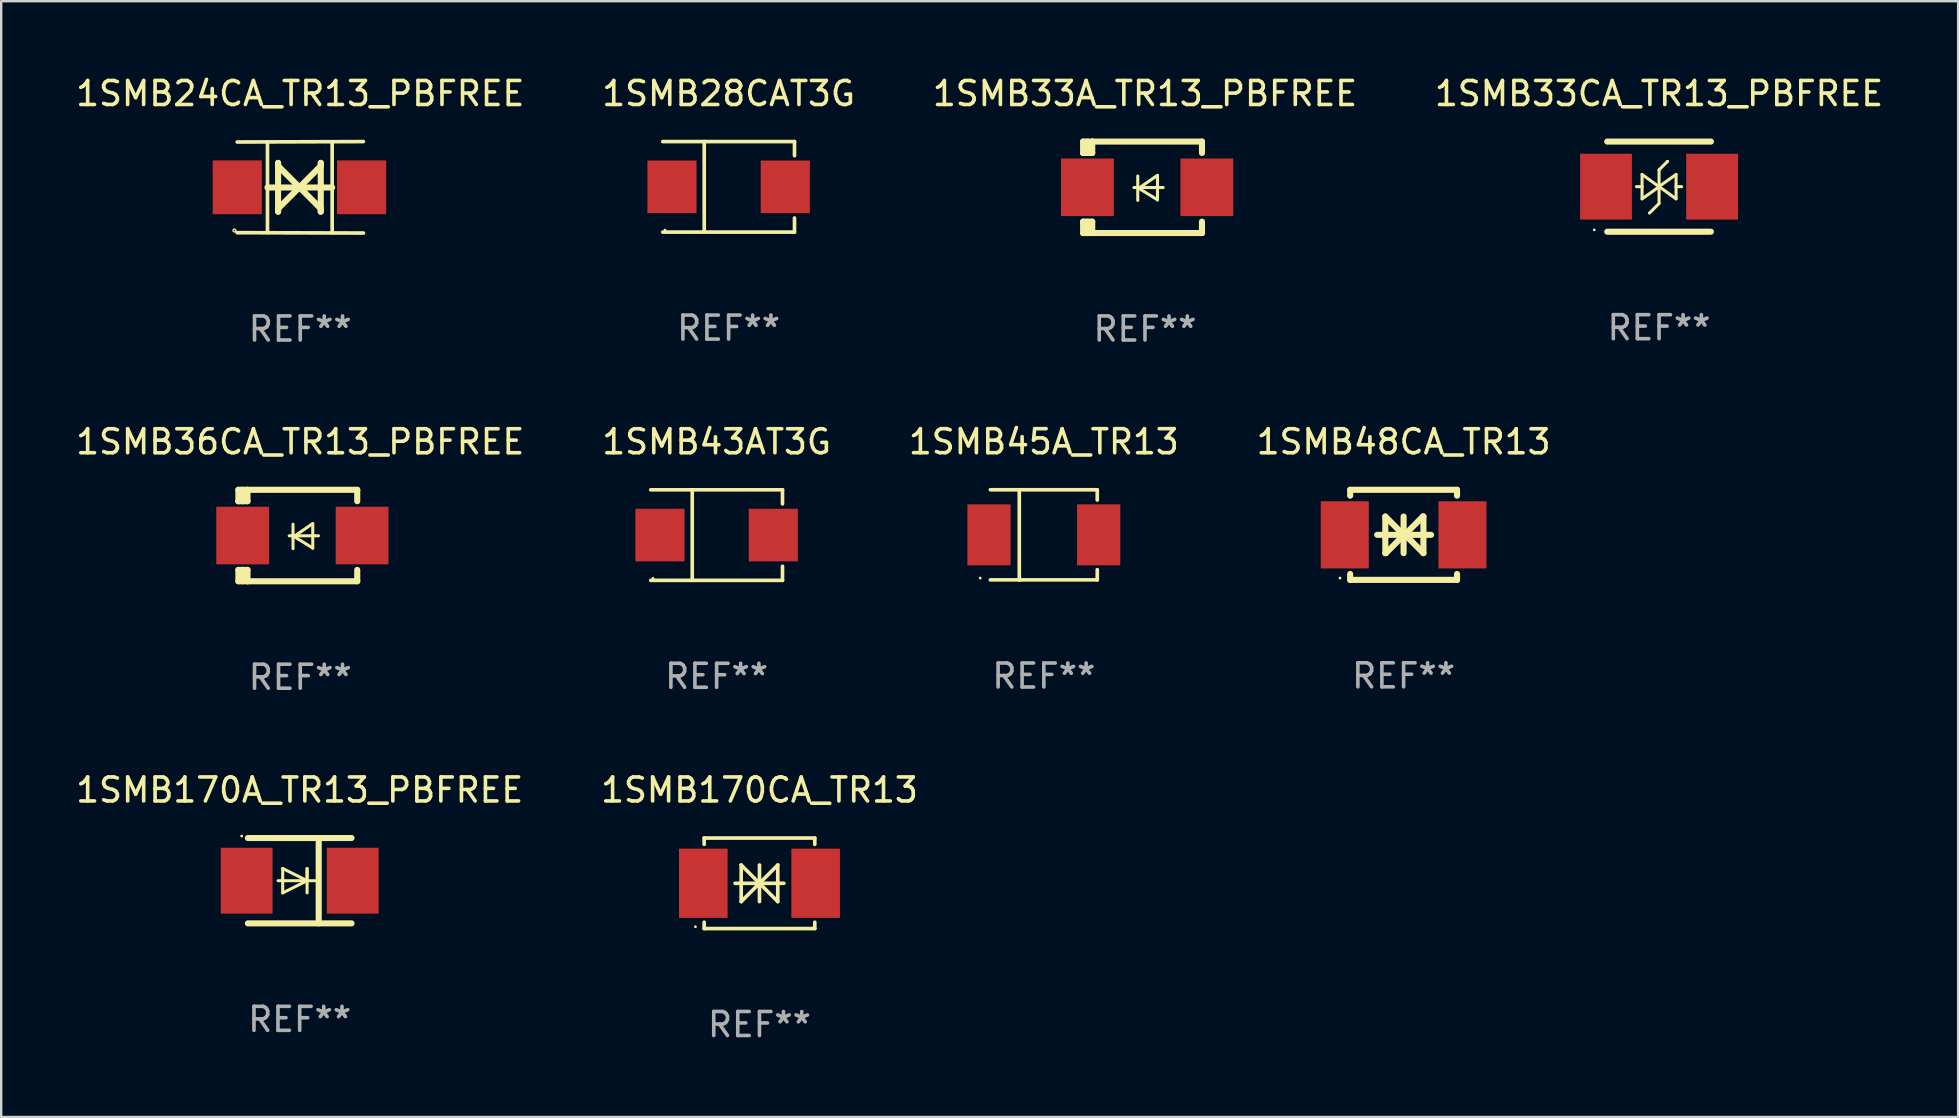
<source format=kicad_pcb>
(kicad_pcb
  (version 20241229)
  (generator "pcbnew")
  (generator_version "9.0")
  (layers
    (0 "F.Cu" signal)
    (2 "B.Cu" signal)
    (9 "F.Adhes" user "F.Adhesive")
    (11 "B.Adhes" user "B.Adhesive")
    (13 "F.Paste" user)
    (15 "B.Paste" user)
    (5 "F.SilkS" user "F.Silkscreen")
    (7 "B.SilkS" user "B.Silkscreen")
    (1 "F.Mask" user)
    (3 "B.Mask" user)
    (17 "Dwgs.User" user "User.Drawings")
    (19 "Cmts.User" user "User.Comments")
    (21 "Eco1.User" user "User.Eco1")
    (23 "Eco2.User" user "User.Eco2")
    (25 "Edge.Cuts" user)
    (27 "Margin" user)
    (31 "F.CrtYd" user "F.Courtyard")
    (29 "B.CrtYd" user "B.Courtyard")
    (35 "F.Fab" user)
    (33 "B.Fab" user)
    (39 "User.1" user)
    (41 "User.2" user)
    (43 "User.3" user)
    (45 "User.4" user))
  (footprint "1SMB48CA_TR13"
    (layer "F.Cu")
    (at 55.423 19.231)
    (property "Reference" "1SMB48CA_TR13" (at 0 -3.876 0) (layer "F.SilkS") (effects (font (size 1 1) (thickness 0.15))))
    (attr through_hole)
    (fp_line (start -2.226 -1.876) (end -2.226 -1.631) (stroke (width 0.254) (type solid)) (layer "F.SilkS"))
    (fp_line (start -2.226 -1.876) (end 2.226 -1.876) (stroke (width 0.254) (type solid)) (layer "F.SilkS"))
    (fp_line (start -2.226 1.631) (end -2.226 1.876) (stroke (width 0.254) (type solid)) (layer "F.SilkS"))
    (fp_line (start -2.226 1.876) (end 2.226 1.876) (stroke (width 0.254) (type solid)) (layer "F.SilkS"))
    (fp_line (start -1.1 0) (end 1.143 0) (stroke (width 0.254) (type solid)) (layer "F.SilkS"))
    (fp_line (start -0.762 -0.762) (end -0.762 0.762) (stroke (width 0.254) (type solid)) (layer "F.SilkS"))
    (fp_line (start -0.762 0.762) (end -0.741 0.762) (stroke (width 0.254) (type solid)) (layer "F.SilkS"))
    (fp_line (start -0.741 0.762) (end 0.021 0) (stroke (width 0.254) (type solid)) (layer "F.SilkS"))
    (fp_line (start 0 -0.762) (end 0 0.762) (stroke (width 0.254) (type solid)) (layer "F.SilkS"))
    (fp_line (start 0 0) (end -0.762 -0.762) (stroke (width 0.254) (type solid)) (layer "F.SilkS"))
    (fp_line (start 0.021 0) (end 0 0) (stroke (width 0.254) (type solid)) (layer "F.SilkS"))
    (fp_line (start 0.042 0) (end 0.064 0) (stroke (width 0.254) (type solid)) (layer "F.SilkS"))
    (fp_line (start 0.064 0) (end 0.826 0.762) (stroke (width 0.254) (type solid)) (layer "F.SilkS"))
    (fp_line (start 0.804 -0.762) (end 0.042 0) (stroke (width 0.254) (type solid)) (layer "F.SilkS"))
    (fp_line (start 0.826 -0.762) (end 0.804 -0.762) (stroke (width 0.254) (type solid)) (layer "F.SilkS"))
    (fp_line (start 0.826 0.762) (end 0.826 -0.762) (stroke (width 0.254) (type solid)) (layer "F.SilkS"))
    (fp_line (start 2.226 -1.876) (end 2.226 -1.631) (stroke (width 0.254) (type solid)) (layer "F.SilkS"))
    (fp_line (start 2.226 1.631) (end 2.226 1.876) (stroke (width 0.254) (type solid)) (layer "F.SilkS"))
    (fp_circle (center -2.65 1.8) (end -2.62 1.8) (stroke (width 0.06) (type solid)) (fill no) (layer "F.SilkS"))
    (fp_text user "REF**" (at 0 5.876 0) (layer "F.Fab") (effects (font (size 1 1) (thickness 0.15))))
    (pad "1" smd rect (at -2.45 0 180) (size 2 2.8) (layers "F.Cu" "F.Mask" "F.Paste"))
    (pad "2" smd rect (at 2.45 0 180) (size 2 2.8) (layers "F.Cu" "F.Mask" "F.Paste")))
  (footprint "1SMB24CA_TR13_PBFREE"
    (layer "F.Cu")
    (at 9.458 4.753)
    (property "Reference" "1SMB24CA_TR13_PBFREE" (at 0 -3.905 0) (layer "F.SilkS") (effects (font (size 1 1) (thickness 0.15))))
    (attr through_hole)
    (fp_line (start -1.365 1.886) (end -1.365 -1.886) (stroke (width 0.152) (type solid)) (layer "F.SilkS"))
    (fp_line (start -1.365 0.008) (end 1.33 0.008) (stroke (width 0.254) (type solid)) (layer "F.SilkS"))
    (fp_line (start -0.923 -1.016) (end -0.923 1.016) (stroke (width 0.254) (type solid)) (layer "F.SilkS"))
    (fp_line (start -0.923 -0.889) (end -0.923 -1.016) (stroke (width 0.254) (type solid)) (layer "F.SilkS"))
    (fp_line (start -0.923 0.889) (end -0.034 0) (stroke (width 0.254) (type solid)) (layer "F.SilkS"))
    (fp_line (start -0.923 1.016) (end -0.923 0.889) (stroke (width 0.254) (type solid)) (layer "F.SilkS"))
    (fp_line (start -0.034 0) (end -0.923 -0.889) (stroke (width 0.254) (type solid)) (layer "F.SilkS"))
    (fp_line (start -0.034 0) (end 0.855 0.889) (stroke (width 0.254) (type solid)) (layer "F.SilkS"))
    (fp_line (start 0.855 -1.016) (end 0.855 -0.889) (stroke (width 0.254) (type solid)) (layer "F.SilkS"))
    (fp_line (start 0.855 -0.889) (end -0.034 0) (stroke (width 0.254) (type solid)) (layer "F.SilkS"))
    (fp_line (start 0.855 0.889) (end 0.855 1.016) (stroke (width 0.254) (type solid)) (layer "F.SilkS"))
    (fp_line (start 0.855 1.016) (end 0.855 -1.016) (stroke (width 0.254) (type solid)) (layer "F.SilkS"))
    (fp_line (start 1.33 1.886) (end 1.33 -1.886) (stroke (width 0.152) (type solid)) (layer "F.SilkS"))
    (fp_line (start 2.629 -1.905) (end -2.625 -1.887) (stroke (width 0.152) (type solid)) (layer "F.SilkS"))
    (fp_line (start 2.633 1.905) (end -2.633 1.89) (stroke (width 0.152) (type solid)) (layer "F.SilkS"))
    (fp_circle (center -2.741 1.8) (end -2.712 1.8) (stroke (width 0.06) (type solid)) (fill no) (layer "F.SilkS"))
    (fp_text user "REF**" (at 0 5.905 0) (layer "F.Fab") (effects (font (size 1 1) (thickness 0.15))))
    (pad "1" smd rect (at -2.625 0) (size 2.047 2.241) (layers "F.Cu" "F.Mask" "F.Paste"))
    (pad "2" smd rect (at 2.557 0) (size 2.047 2.241) (layers "F.Cu" "F.Mask" "F.Paste")))
  (footprint "1SMB170A_TR13_PBFREE"
    (layer "F.Cu")
    (at 9.435 33.639)
    (property "Reference" "1SMB170A_TR13_PBFREE" (at 0 -3.778 0) (layer "F.SilkS") (effects (font (size 1 1) (thickness 0.15))))
    (attr through_hole)
    (fp_line (start -2.159 -1.778) (end 2.159 -1.778) (stroke (width 0.254) (type solid)) (layer "F.SilkS"))
    (fp_line (start -0.9 0) (end 0.816 0) (stroke (width 0.127) (type solid)) (layer "F.SilkS"))
    (fp_line (start -0.708 -0.508) (end -0.708 0.508) (stroke (width 0.127) (type solid)) (layer "F.SilkS"))
    (fp_line (start -0.708 0.508) (end 0.308 0) (stroke (width 0.127) (type solid)) (layer "F.SilkS"))
    (fp_line (start 0.308 -0.508) (end 0.308 0.508) (stroke (width 0.127) (type solid)) (layer "F.SilkS"))
    (fp_line (start 0.308 0) (end -0.708 -0.508) (stroke (width 0.127) (type solid)) (layer "F.SilkS"))
    (fp_line (start 0.308 0) (end 0.308 -0.508) (stroke (width 0.127) (type solid)) (layer "F.SilkS"))
    (fp_line (start 0.792 -1.778) (end 0.792 1.778) (stroke (width 0.254) (type solid)) (layer "F.SilkS"))
    (fp_line (start 2.159 1.778) (end -2.159 1.778) (stroke (width 0.254) (type solid)) (layer "F.SilkS"))
    (fp_circle (center -2.417 -1.859) (end -2.387 -1.859) (stroke (width 0.06) (type solid)) (fill no) (layer "F.SilkS"))
    (fp_text user "REF**" (at 0 5.778 0) (layer "F.Fab") (effects (font (size 1 1) (thickness 0.15))))
    (pad "1" smd rect (at -2.21 0) (size 2.159 2.743) (layers "F.Cu" "F.Mask" "F.Paste"))
    (pad "2" smd rect (at 2.21 0) (size 2.159 2.743) (layers "F.Cu" "F.Mask" "F.Paste")))
  (footprint "1SMB36CA_TR13_PBFREE"
    (layer "F.Cu")
    (at 9.458 19.26)
    (property "Reference" "1SMB36CA_TR13_PBFREE" (at 0 -3.905 0) (layer "F.SilkS") (effects (font (size 1 1) (thickness 0.15))))
    (attr through_hole)
    (fp_line (start -2.577 -1.905) (end -2.577 -1.431) (stroke (width 0.254) (type solid)) (layer "F.SilkS"))
    (fp_line (start -2.577 1.431) (end -2.577 1.905) (stroke (width 0.254) (type solid)) (layer "F.SilkS"))
    (fp_line (start -2.577 1.431) (end -2.198 1.431) (stroke (width 0.254) (type solid)) (layer "F.SilkS"))
    (fp_line (start -2.577 1.905) (end -2.198 1.905) (stroke (width 0.254) (type solid)) (layer "F.SilkS"))
    (fp_line (start -2.577 -1.431) (end -2.577 -1.431) (stroke (width 0.254) (type solid)) (layer "F.SilkS"))
    (fp_line (start -2.395 -1.431) (end -2.395 -1.905) (stroke (width 0.254) (type solid)) (layer "F.SilkS"))
    (fp_line (start -2.395 1.905) (end -2.395 1.431) (stroke (width 0.254) (type solid)) (layer "F.SilkS"))
    (fp_line (start -2.198 -1.905) (end -2.577 -1.905) (stroke (width 0.254) (type solid)) (layer "F.SilkS"))
    (fp_line (start -2.198 -1.905) (end 2.374 -1.905) (stroke (width 0.254) (type solid)) (layer "F.SilkS"))
    (fp_line (start -2.198 -1.431) (end -2.577 -1.431) (stroke (width 0.254) (type solid)) (layer "F.SilkS"))
    (fp_line (start -2.198 -1.431) (end -2.198 -1.905) (stroke (width 0.254) (type solid)) (layer "F.SilkS"))
    (fp_line (start -2.198 1.905) (end -2.198 1.431) (stroke (width 0.254) (type solid)) (layer "F.SilkS"))
    (fp_line (start -0.46 0.01) (end 0.759 0.01) (stroke (width 0.127) (type solid)) (layer "F.SilkS"))
    (fp_line (start -0.301 -0.47) (end -0.301 0.546) (stroke (width 0.127) (type solid)) (layer "F.SilkS"))
    (fp_line (start -0.262 0.04) (end 0.521 0.52) (stroke (width 0.127) (type solid)) (layer "F.SilkS"))
    (fp_line (start 0.521 -0.5) (end -0.262 0.04) (stroke (width 0.127) (type solid)) (layer "F.SilkS"))
    (fp_line (start 0.521 0.53) (end 0.521 -0.486) (stroke (width 0.127) (type solid)) (layer "F.SilkS"))
    (fp_line (start 2.374 -1.905) (end 2.374 -1.431) (stroke (width 0.254) (type solid)) (layer "F.SilkS"))
    (fp_line (start 2.374 1.431) (end 2.374 1.905) (stroke (width 0.254) (type solid)) (layer "F.SilkS"))
    (fp_line (start 2.374 1.905) (end -2.198 1.905) (stroke (width 0.254) (type solid)) (layer "F.SilkS"))
    (fp_circle (center -2.561 1.8) (end -2.531 1.8) (stroke (width 0.06) (type solid)) (fill no) (layer "F.SilkS"))
    (fp_text user "REF**" (at 0 5.905 0) (layer "F.Fab") (effects (font (size 1 1) (thickness 0.15))))
    (pad "1" smd rect (at -2.398 -0.000025) (size 2.2 2.4) (layers "F.Cu" "F.Mask" "F.Paste"))
    (pad "2" smd rect (at 2.577 -0.000025) (size 2.2 2.4) (layers "F.Cu" "F.Mask" "F.Paste")))
  (footprint "1SMB33CA_TR13_PBFREE"
    (layer "F.Cu")
    (at 66.065 4.726)
    (property "Reference" "1SMB33CA_TR13_PBFREE" (at 0 -3.878 0) (layer "F.SilkS") (effects (font (size 1 1) (thickness 0.15))))
    (attr through_hole)
    (fp_line (start -2.159 -1.878) (end 2.159 -1.878) (stroke (width 0.254) (type solid)) (layer "F.SilkS"))
    (fp_line (start -0.716 0) (end -0.94 0) (stroke (width 0.127) (type solid)) (layer "F.SilkS"))
    (fp_line (start -0.708 -0.508) (end -0.708 0.508) (stroke (width 0.127) (type solid)) (layer "F.SilkS"))
    (fp_line (start -0.708 -0.508) (end 0 0.003) (stroke (width 0.127) (type solid)) (layer "F.SilkS"))
    (fp_line (start -0.708 0.008) (end -0.716 0) (stroke (width 0.127) (type solid)) (layer "F.SilkS"))
    (fp_line (start -0.708 0.508) (end 0 0.007) (stroke (width 0.127) (type solid)) (layer "F.SilkS"))
    (fp_line (start 0 -0.7) (end 0 0.7) (stroke (width 0.127) (type solid)) (layer "F.SilkS"))
    (fp_line (start 0 -0.7) (end 0.35 -1.05) (stroke (width 0.127) (type solid)) (layer "F.SilkS"))
    (fp_line (start 0 0.7) (end -0.4 1.1) (stroke (width 0.127) (type solid)) (layer "F.SilkS"))
    (fp_line (start 0.35 -1.05) (end 0.35 -1.05) (stroke (width 0.127) (type solid)) (layer "F.SilkS"))
    (fp_line (start 0.708 0.008) (end 0.716 0) (stroke (width 0.127) (type solid)) (layer "F.SilkS"))
    (fp_line (start 0.708 0.508) (end 0.708 -0.508) (stroke (width 0.127) (type solid)) (layer "F.SilkS"))
    (fp_line (start 0.708 -0.508) (end 0 -0.007) (stroke (width 0.127) (type solid)) (layer "F.SilkS"))
    (fp_line (start 0.708 0.508) (end 0 -0.003) (stroke (width 0.127) (type solid)) (layer "F.SilkS"))
    (fp_line (start 0.716 0) (end 0.94 0) (stroke (width 0.127) (type solid)) (layer "F.SilkS"))
    (fp_line (start 2.159 1.878) (end -2.159 1.878) (stroke (width 0.254) (type solid)) (layer "F.SilkS"))
    (fp_circle (center -2.7 1.8) (end -2.67 1.8) (stroke (width 0.06) (type solid)) (fill no) (layer "F.SilkS"))
    (fp_text user "REF**" (at 0 5.878 0) (layer "F.Fab") (effects (font (size 1 1) (thickness 0.15))))
    (pad "1" smd rect (at -2.21 0) (size 2.159 2.743) (layers "F.Cu" "F.Mask" "F.Paste"))
    (pad "2" smd rect (at 2.21 0) (size 2.159 2.743) (layers "F.Cu" "F.Mask" "F.Paste")))
  (footprint "1SMB170CA_TR13"
    (layer "F.Cu")
    (at 28.589 33.747)
    (property "Reference" "1SMB170CA_TR13" (at 0 -3.886 0) (layer "F.SilkS") (effects (font (size 1 1) (thickness 0.15))))
    (attr through_hole)
    (fp_line (start -2.304 -1.886) (end -2.304 -1.622) (stroke (width 0.152) (type solid)) (layer "F.SilkS"))
    (fp_line (start -2.304 -1.886) (end 2.304 -1.886) (stroke (width 0.152) (type solid)) (layer "F.SilkS"))
    (fp_line (start -2.304 1.622) (end -2.304 1.886) (stroke (width 0.152) (type solid)) (layer "F.SilkS"))
    (fp_line (start -2.304 1.886) (end 2.304 1.886) (stroke (width 0.152) (type solid)) (layer "F.SilkS"))
    (fp_line (start -1.016 0) (end 1.016 0) (stroke (width 0.152) (type solid)) (layer "F.SilkS"))
    (fp_line (start -0.762 -0.762) (end -0.762 0.762) (stroke (width 0.152) (type solid)) (layer "F.SilkS"))
    (fp_line (start -0.762 0.762) (end 0 0) (stroke (width 0.152) (type solid)) (layer "F.SilkS"))
    (fp_line (start 0 -0.762) (end 0 0.762) (stroke (width 0.152) (type solid)) (layer "F.SilkS"))
    (fp_line (start 0 0) (end -0.762 -0.762) (stroke (width 0.152) (type solid)) (layer "F.SilkS"))
    (fp_line (start 0 0) (end 0.762 0.762) (stroke (width 0.152) (type solid)) (layer "F.SilkS"))
    (fp_line (start 0.762 -0.762) (end 0 0) (stroke (width 0.152) (type solid)) (layer "F.SilkS"))
    (fp_line (start 0.762 0.762) (end 0.762 -0.762) (stroke (width 0.152) (type solid)) (layer "F.SilkS"))
    (fp_line (start 2.304 -1.886) (end 2.304 -1.622) (stroke (width 0.152) (type solid)) (layer "F.SilkS"))
    (fp_line (start 2.304 1.622) (end 2.304 1.886) (stroke (width 0.152) (type solid)) (layer "F.SilkS"))
    (fp_circle (center -2.668 1.81) (end -2.638 1.81) (stroke (width 0.06) (type solid)) (fill no) (layer "F.SilkS"))
    (fp_text user "REF**" (at 0 5.886 0) (layer "F.Fab") (effects (font (size 1 1) (thickness 0.15))))
    (pad "1" smd rect (at -2.34 0) (size 2.024 2.884) (layers "F.Cu" "F.Mask" "F.Paste"))
    (pad "2" smd rect (at 2.34 0) (size 2.024 2.884) (layers "F.Cu" "F.Mask" "F.Paste")))
  (footprint "1SMB43AT3G"
    (layer "F.Cu")
    (at 26.804 19.241)
    (property "Reference" "1SMB43AT3G" (at 0 -3.886 0) (layer "F.SilkS") (effects (font (size 1 1) (thickness 0.15))))
    (attr through_hole)
    (fp_line (start -2.744 -1.886) (end 2.744 -1.886) (stroke (width 0.152) (type solid)) (layer "F.SilkS"))
    (fp_line (start -2.744 1.886) (end 2.744 1.886) (stroke (width 0.152) (type solid)) (layer "F.SilkS"))
    (fp_line (start -1.016 -1.886) (end -1.016 1.886) (stroke (width 0.152) (type solid)) (layer "F.SilkS"))
    (fp_line (start 2.744 -1.886) (end 2.744 -1.299) (stroke (width 0.152) (type solid)) (layer "F.SilkS"))
    (fp_line (start 2.744 1.886) (end 2.744 1.299) (stroke (width 0.152) (type solid)) (layer "F.SilkS"))
    (fp_circle (center -2.65 1.8) (end -2.62 1.8) (stroke (width 0.06) (type solid)) (fill no) (layer "F.SilkS"))
    (fp_text user "REF**" (at 0 5.886 0) (layer "F.Fab") (effects (font (size 1 1) (thickness 0.15))))
    (pad "1" smd rect (at -2.361 0) (size 2.047 2.192) (layers "F.Cu" "F.Mask" "F.Paste"))
    (pad "2" smd rect (at 2.361 0) (size 2.047 2.192) (layers "F.Cu" "F.Mask" "F.Paste")))
  (footprint "1SMB33A_TR13_PBFREE"
    (layer "F.Cu")
    (at 44.649 4.753)
    (property "Reference" "1SMB33A_TR13_PBFREE" (at 0 -3.905 0) (layer "F.SilkS") (effects (font (size 1 1) (thickness 0.15))))
    (attr through_hole)
    (fp_line (start -2.577 -1.905) (end -2.577 -1.431) (stroke (width 0.254) (type solid)) (layer "F.SilkS"))
    (fp_line (start -2.577 1.431) (end -2.577 1.905) (stroke (width 0.254) (type solid)) (layer "F.SilkS"))
    (fp_line (start -2.577 1.431) (end -2.198 1.431) (stroke (width 0.254) (type solid)) (layer "F.SilkS"))
    (fp_line (start -2.577 1.905) (end -2.198 1.905) (stroke (width 0.254) (type solid)) (layer "F.SilkS"))
    (fp_line (start -2.577 -1.431) (end -2.577 -1.431) (stroke (width 0.254) (type solid)) (layer "F.SilkS"))
    (fp_line (start -2.395 -1.431) (end -2.395 -1.905) (stroke (width 0.254) (type solid)) (layer "F.SilkS"))
    (fp_line (start -2.395 1.905) (end -2.395 1.431) (stroke (width 0.254) (type solid)) (layer "F.SilkS"))
    (fp_line (start -2.198 -1.905) (end -2.577 -1.905) (stroke (width 0.254) (type solid)) (layer "F.SilkS"))
    (fp_line (start -2.198 -1.905) (end 2.374 -1.905) (stroke (width 0.254) (type solid)) (layer "F.SilkS"))
    (fp_line (start -2.198 -1.431) (end -2.577 -1.431) (stroke (width 0.254) (type solid)) (layer "F.SilkS"))
    (fp_line (start -2.198 -1.431) (end -2.198 -1.905) (stroke (width 0.254) (type solid)) (layer "F.SilkS"))
    (fp_line (start -2.198 1.905) (end -2.198 1.431) (stroke (width 0.254) (type solid)) (layer "F.SilkS"))
    (fp_line (start -0.46 0.01) (end 0.759 0.01) (stroke (width 0.127) (type solid)) (layer "F.SilkS"))
    (fp_line (start -0.301 -0.47) (end -0.301 0.546) (stroke (width 0.127) (type solid)) (layer "F.SilkS"))
    (fp_line (start -0.262 0.04) (end 0.521 0.52) (stroke (width 0.127) (type solid)) (layer "F.SilkS"))
    (fp_line (start 0.521 -0.5) (end -0.262 0.04) (stroke (width 0.127) (type solid)) (layer "F.SilkS"))
    (fp_line (start 0.521 0.53) (end 0.521 -0.486) (stroke (width 0.127) (type solid)) (layer "F.SilkS"))
    (fp_line (start 2.374 -1.905) (end 2.374 -1.431) (stroke (width 0.254) (type solid)) (layer "F.SilkS"))
    (fp_line (start 2.374 1.431) (end 2.374 1.905) (stroke (width 0.254) (type solid)) (layer "F.SilkS"))
    (fp_line (start 2.374 1.905) (end -2.198 1.905) (stroke (width 0.254) (type solid)) (layer "F.SilkS"))
    (fp_circle (center -2.561 1.8) (end -2.531 1.8) (stroke (width 0.06) (type solid)) (fill no) (layer "F.SilkS"))
    (fp_text user "REF**" (at 0 5.905 0) (layer "F.Fab") (effects (font (size 1 1) (thickness 0.15))))
    (pad "1" smd rect (at -2.398 -0.000025) (size 2.2 2.4) (layers "F.Cu" "F.Mask" "F.Paste"))
    (pad "2" smd rect (at 2.577 -0.000025) (size 2.2 2.4) (layers "F.Cu" "F.Mask" "F.Paste")))
  (footprint "1SMB45A_TR13"
    (layer "F.Cu")
    (at 40.435 19.234)
    (property "Reference" "1SMB45A_TR13" (at 0 -3.88 0) (layer "F.SilkS") (effects (font (size 1 1) (thickness 0.15))))
    (attr through_hole)
    (fp_line (start -2.226 -1.88) (end 2.226 -1.88) (stroke (width 0.152) (type solid)) (layer "F.SilkS"))
    (fp_line (start -2.226 1.873) (end 2.226 1.873) (stroke (width 0.152) (type solid)) (layer "F.SilkS"))
    (fp_line (start -1.022 -1.873) (end -1.022 1.88) (stroke (width 0.152) (type solid)) (layer "F.SilkS"))
    (fp_line (start 2.226 -1.88) (end 2.226 -1.453) (stroke (width 0.152) (type solid)) (layer "F.SilkS"))
    (fp_line (start 2.226 1.447) (end 2.226 1.873) (stroke (width 0.152) (type solid)) (layer "F.SilkS"))
    (fp_circle (center -2.65 1.797) (end -2.62 1.797) (stroke (width 0.06) (type solid)) (fill no) (layer "F.SilkS"))
    (fp_text user "REF**" (at 0 5.88 0) (layer "F.Fab") (effects (font (size 1 1) (thickness 0.15))))
    (pad "1" smd rect (at -2.285 -0.003) (size 1.8 2.54) (layers "F.Cu" "F.Mask" "F.Paste"))
    (pad "2" smd rect (at 2.285 -0.003) (size 1.8 2.54) (layers "F.Cu" "F.Mask" "F.Paste")))
  (footprint "1SMB28CAT3G"
    (layer "F.Cu")
    (at 27.304 4.734)
    (property "Reference" "1SMB28CAT3G" (at 0 -3.886 0) (layer "F.SilkS") (effects (font (size 1 1) (thickness 0.15))))
    (attr through_hole)
    (fp_line (start -2.744 -1.886) (end 2.744 -1.886) (stroke (width 0.152) (type solid)) (layer "F.SilkS"))
    (fp_line (start -2.744 1.886) (end 2.744 1.886) (stroke (width 0.152) (type solid)) (layer "F.SilkS"))
    (fp_line (start -1.016 -1.886) (end -1.016 1.886) (stroke (width 0.152) (type solid)) (layer "F.SilkS"))
    (fp_line (start 2.744 -1.886) (end 2.744 -1.299) (stroke (width 0.152) (type solid)) (layer "F.SilkS"))
    (fp_line (start 2.744 1.886) (end 2.744 1.299) (stroke (width 0.152) (type solid)) (layer "F.SilkS"))
    (fp_circle (center -2.65 1.8) (end -2.62 1.8) (stroke (width 0.06) (type solid)) (fill no) (layer "F.SilkS"))
    (fp_text user "REF**" (at 0 5.886 0) (layer "F.Fab") (effects (font (size 1 1) (thickness 0.15))))
    (pad "1" smd rect (at -2.361 0) (size 2.047 2.192) (layers "F.Cu" "F.Mask" "F.Paste"))
    (pad "2" smd rect (at 2.361 0) (size 2.047 2.192) (layers "F.Cu" "F.Mask" "F.Paste")))
  (gr_rect
    (start -3 -3)
    (end 78.524 43.482)
    (stroke (width 0.1) (type default))
    (fill no)
    (layer "Edge.Cuts")))
</source>
